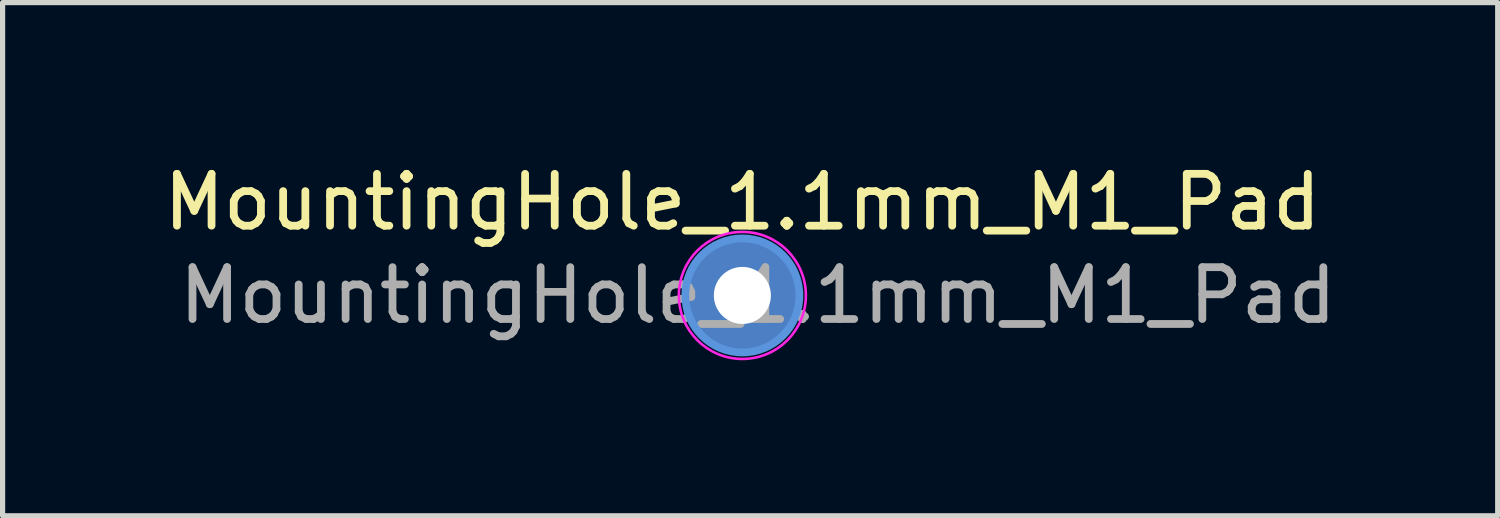
<source format=kicad_pcb>
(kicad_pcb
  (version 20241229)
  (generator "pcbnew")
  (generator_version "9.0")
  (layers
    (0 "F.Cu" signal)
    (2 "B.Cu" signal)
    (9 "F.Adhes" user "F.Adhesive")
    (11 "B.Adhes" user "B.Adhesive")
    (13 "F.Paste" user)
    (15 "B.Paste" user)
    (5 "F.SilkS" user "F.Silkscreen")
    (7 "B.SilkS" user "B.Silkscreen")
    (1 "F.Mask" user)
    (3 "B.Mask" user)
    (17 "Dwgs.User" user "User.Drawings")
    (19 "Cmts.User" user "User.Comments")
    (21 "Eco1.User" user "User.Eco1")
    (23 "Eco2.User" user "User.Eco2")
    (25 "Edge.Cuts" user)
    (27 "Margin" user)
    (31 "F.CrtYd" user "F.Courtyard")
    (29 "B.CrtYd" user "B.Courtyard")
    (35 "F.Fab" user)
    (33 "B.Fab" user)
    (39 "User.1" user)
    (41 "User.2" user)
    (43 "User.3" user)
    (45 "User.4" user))
  (footprint "MountingHole_1.1mm_M1_Pad"
    (layer "F.Cu")
    (at 11.268 2.648)
    (property "Reference" "MountingHole_1.1mm_M1_Pad" (at 0 -1.8 0) (layer "F.SilkS") (effects (font (size 1 1) (thickness 0.15))))
    (attr exclude_from_pos_files exclude_from_bom)
    (fp_circle (center 0 0) (end 1.1 0) (stroke (width 0.15) (type solid)) (fill no) (layer "Cmts.User"))
    (fp_circle (center 0 0) (end 1.225 0) (stroke (width 0.05) (type solid)) (fill no) (layer "F.CrtYd"))
    (fp_text user "${REFERENCE}" (at 0.3 0 0) (layer "F.Fab") (effects (font (size 1 1) (thickness 0.15))))
    (pad "1" thru_hole circle (at 0 0) (size 2.2 2.2) (drill 1.1) (layers "*.Cu" "*.Mask")))
  (gr_rect
    (start -3 -3)
    (end 25.836 6.898)
    (stroke (width 0.1) (type default))
    (fill no)
    (layer "Edge.Cuts")))
</source>
